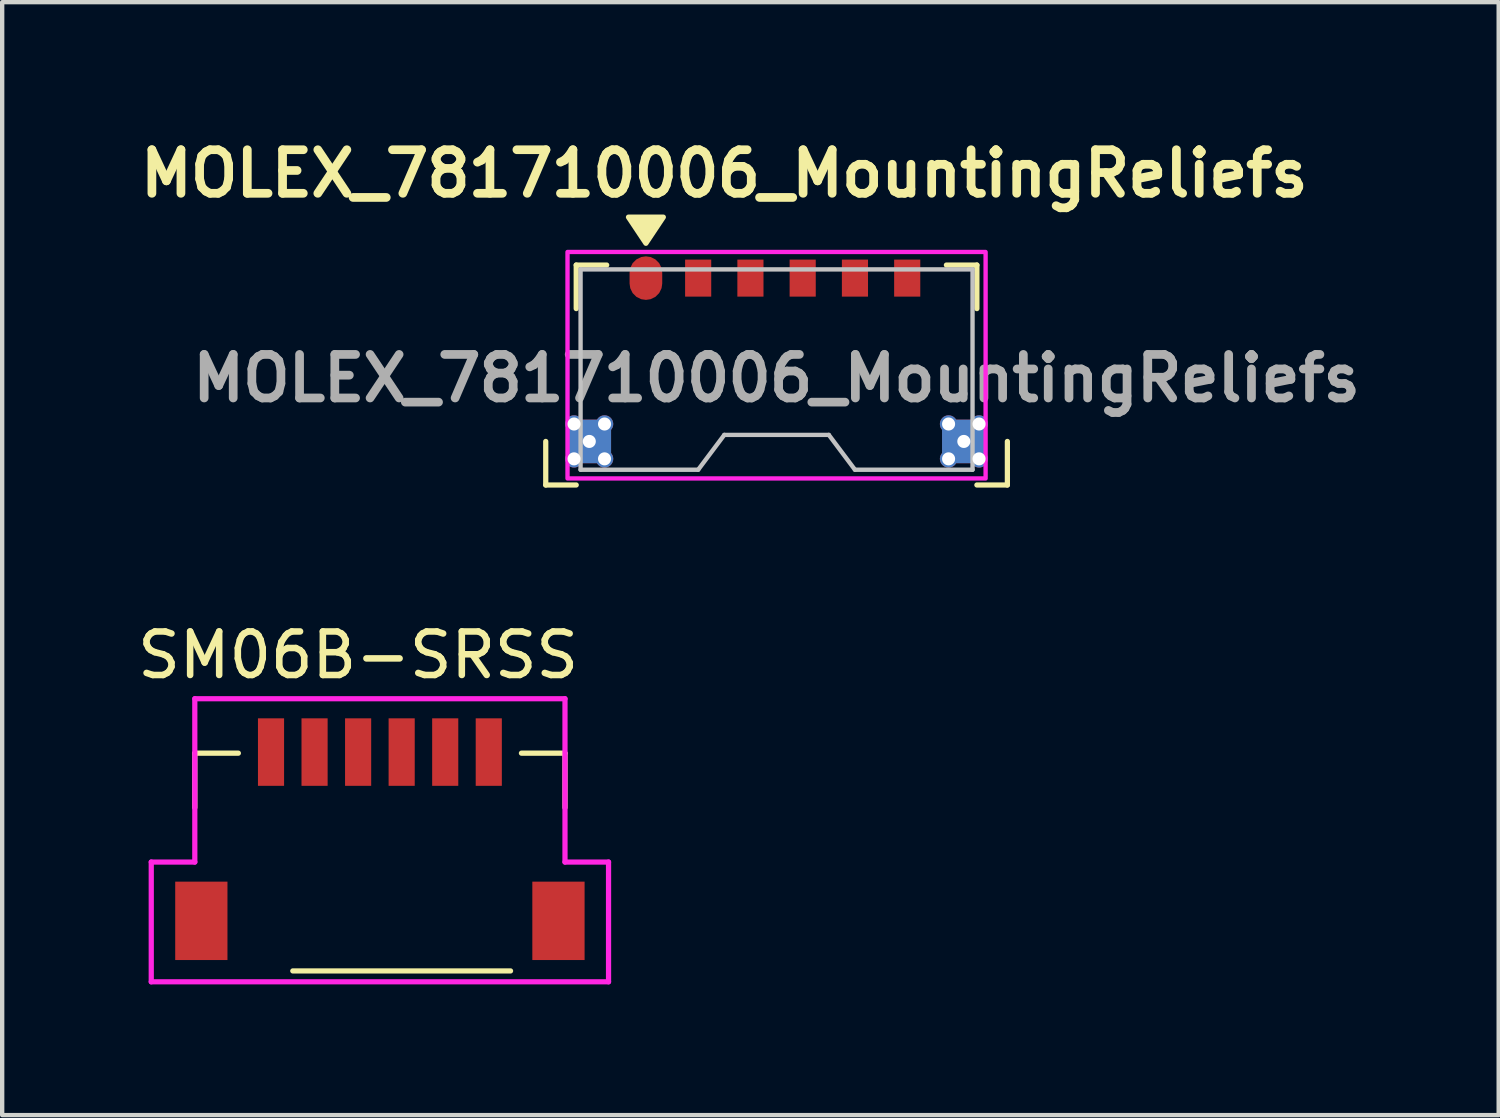
<source format=kicad_pcb>
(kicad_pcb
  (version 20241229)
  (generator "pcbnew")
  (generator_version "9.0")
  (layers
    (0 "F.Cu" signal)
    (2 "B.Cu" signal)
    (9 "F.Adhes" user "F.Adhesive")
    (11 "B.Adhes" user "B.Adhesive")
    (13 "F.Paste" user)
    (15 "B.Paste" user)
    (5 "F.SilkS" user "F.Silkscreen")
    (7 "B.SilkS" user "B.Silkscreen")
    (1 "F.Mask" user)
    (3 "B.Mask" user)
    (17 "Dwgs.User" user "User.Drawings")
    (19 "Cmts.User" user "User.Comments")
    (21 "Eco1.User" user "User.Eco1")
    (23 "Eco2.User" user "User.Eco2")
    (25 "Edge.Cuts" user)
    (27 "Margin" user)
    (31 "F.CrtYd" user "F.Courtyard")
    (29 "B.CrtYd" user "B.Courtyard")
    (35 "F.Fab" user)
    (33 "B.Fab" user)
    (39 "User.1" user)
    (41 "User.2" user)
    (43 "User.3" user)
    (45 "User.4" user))
  (footprint "MOLEX_781710006_MountingReliefs"
    (layer "F.Cu")
    (at 14.781 3.336)
    (property "Reference" "MOLEX_781710006_MountingReliefs" (at -1.2 -2.4 0) (unlocked yes) (layer "F.SilkS") (effects (font (size 1 1) (thickness 0.2))))
    (attr smd)
    (fp_line (start -5.3 4.75) (end -5.3 3.75) (stroke (width 0.12) (type solid)) (layer "F.SilkS"))
    (fp_line (start -5.3 4.75) (end -4.6 4.75) (stroke (width 0.12) (type solid)) (layer "F.SilkS"))
    (fp_line (start -4.6 -0.3) (end -4.6 0.7) (stroke (width 0.12) (type solid)) (layer "F.SilkS"))
    (fp_line (start -4.6 -0.3) (end -3.9 -0.3) (stroke (width 0.12) (type solid)) (layer "F.SilkS"))
    (fp_line (start 3.9 -0.3) (end 4.6 -0.3) (stroke (width 0.12) (type solid)) (layer "F.SilkS"))
    (fp_line (start 4.6 -0.3) (end 4.6 0.7) (stroke (width 0.12) (type solid)) (layer "F.SilkS"))
    (fp_line (start 4.6 4.75) (end 5.3 4.75) (stroke (width 0.12) (type solid)) (layer "F.SilkS"))
    (fp_line (start 5.3 4.75) (end 5.3 3.75) (stroke (width 0.12) (type solid)) (layer "F.SilkS"))
    (fp_poly (pts (xy -3 -0.8) (xy -3.4 -1.4) (xy -2.6 -1.4)) (stroke (width 0.12) (type solid)) (fill yes) (layer "F.SilkS"))
    (fp_rect (start -3.65 3.05) (end -4.95 4.45) (stroke (width 0) (type solid)) (fill yes) (layer "F.Paste"))
    (fp_rect (start 4.95 3.05) (end 3.65 4.45) (stroke (width 0) (type solid)) (fill yes) (layer "F.Paste"))
    (fp_line (start -4.5 -0.2) (end -4.5 4.4) (stroke (width 0.1) (type solid)) (layer "Dwgs.User"))
    (fp_line (start -1.8 4.4) (end -4.5 4.4) (stroke (width 0.1) (type solid)) (layer "Dwgs.User"))
    (fp_line (start -1.8 4.4) (end -1.2 3.6) (stroke (width 0.1) (type solid)) (layer "Dwgs.User"))
    (fp_line (start -1.2 3.6) (end 1.2 3.6) (stroke (width 0.1) (type solid)) (layer "Dwgs.User"))
    (fp_line (start 1.8 4.4) (end 1.2 3.6) (stroke (width 0.1) (type solid)) (layer "Dwgs.User"))
    (fp_line (start 4.5 -0.2) (end -4.5 -0.2) (stroke (width 0.1) (type solid)) (layer "Dwgs.User"))
    (fp_line (start 4.5 4.4) (end 1.8 4.4) (stroke (width 0.1) (type solid)) (layer "Dwgs.User"))
    (fp_line (start 4.5 4.4) (end 4.5 -0.2) (stroke (width 0.1) (type solid)) (layer "Dwgs.User"))
    (fp_rect (start -4.8 -0.6) (end 4.8 4.6) (stroke (width 0.1) (type solid)) (fill no) (layer "F.CrtYd"))
    (fp_text user "${REFERENCE}" (at 0 2.3 0) (unlocked yes) (layer "F.Fab") (effects (font (size 1 1) (thickness 0.2))))
    (pad "1" smd roundrect (at -3 0 90) (size 1 0.75) (layers "F.Cu" "F.Mask" "F.Paste") (roundrect_rratio 0.5))
    (pad "2" smd rect (at -1.8 0 90) (size 0.85 0.6) (layers "F.Cu" "F.Mask" "F.Paste"))
    (pad "3" smd rect (at -0.6 0 90) (size 0.85 0.6) (layers "F.Cu" "F.Mask" "F.Paste"))
    (pad "4" smd rect (at 0.6 0 90) (size 0.85 0.6) (layers "F.Cu" "F.Mask" "F.Paste"))
    (pad "5" smd rect (at 1.8 0 90) (size 0.85 0.6) (layers "F.Cu" "F.Mask" "F.Paste"))
    (pad "6" smd rect (at 3 0 90) (size 0.85 0.6) (layers "F.Cu" "F.Mask" "F.Paste"))
    (pad "MP" thru_hole circle (at -4.65 3.35 90) (size 0.4 0.4) (drill 0.3) (layers "*.Cu" "F.Mask"))
    (pad "MP" thru_hole circle (at -4.65 4.15 90) (size 0.4 0.4) (drill 0.3) (layers "*.Cu" "F.Mask"))
    (pad "MP" thru_hole circle (at -4.3 3.75 90) (size 0.4 0.4) (drill 0.3) (layers "*.Cu" "F.Mask"))
    (pad "MP" smd rect (at -4.3 3.75 90) (size 1 1) (layers "F.Cu" "F.Mask" "F.Paste"))
    (pad "MP" smd rect (at -4.3 3.75 270) (size 1 1) (layers "B.Cu"))
    (pad "MP" thru_hole circle (at -3.95 3.35 90) (size 0.4 0.4) (drill 0.3) (layers "*.Cu" "F.Mask"))
    (pad "MP" thru_hole circle (at -3.95 4.15 90) (size 0.4 0.4) (drill 0.3) (layers "*.Cu" "F.Mask"))
    (pad "MP" thru_hole circle (at 3.95 3.35 90) (size 0.4 0.4) (drill 0.3) (layers "*.Cu" "F.Mask"))
    (pad "MP" thru_hole circle (at 3.95 4.15 90) (size 0.4 0.4) (drill 0.3) (layers "*.Cu" "F.Mask"))
    (pad "MP" thru_hole circle (at 4.3 3.75 90) (size 0.4 0.4) (drill 0.3) (layers "*.Cu" "F.Mask"))
    (pad "MP" smd rect (at 4.3 3.75 90) (size 1 1) (layers "F.Cu" "F.Mask" "F.Paste"))
    (pad "MP" smd rect (at 4.3 3.75 270) (size 1 1) (layers "B.Cu"))
    (pad "MP" thru_hole circle (at 4.65 3.35 90) (size 0.4 0.4) (drill 0.3) (layers "*.Cu" "F.Mask"))
    (pad "MP" thru_hole circle (at 4.65 4.15 90) (size 0.4 0.4) (drill 0.3) (layers "*.Cu" "F.Mask")))
  (footprint "SM06B-SRSS"
    (layer "F.Cu")
    (at 5.673 14.994)
    (property "Reference" "SM06B-SRSS" (at -0.5 -3 0) (layer "F.SilkS") (effects (font (size 1 1) (thickness 0.15))))
    (attr through_hole)
    (fp_line (start -4.25 -0.75) (end -3.25 -0.75) (stroke (width 0.12) (type solid)) (layer "F.SilkS"))
    (fp_line (start -4.25 0.5) (end -4.25 -0.75) (stroke (width 0.12) (type solid)) (layer "F.SilkS"))
    (fp_line (start -2 4.25) (end 3 4.25) (stroke (width 0.12) (type solid)) (layer "F.SilkS"))
    (fp_line (start 4.25 -0.75) (end 3.25 -0.75) (stroke (width 0.12) (type solid)) (layer "F.SilkS"))
    (fp_line (start 4.25 0.5) (end 4.25 -0.75) (stroke (width 0.12) (type solid)) (layer "F.SilkS"))
    (fp_line (start -5.25 1.75) (end -4.25 1.75) (stroke (width 0.12) (type solid)) (layer "F.CrtYd"))
    (fp_line (start -5.25 4.5) (end -5.25 1.75) (stroke (width 0.12) (type solid)) (layer "F.CrtYd"))
    (fp_line (start -4.25 1.75) (end -4.25 -2) (stroke (width 0.12) (type solid)) (layer "F.CrtYd"))
    (fp_line (start 4.25 -2) (end -4.25 -2) (stroke (width 0.12) (type solid)) (layer "F.CrtYd"))
    (fp_line (start 4.25 -2) (end 4.25 1.75) (stroke (width 0.12) (type solid)) (layer "F.CrtYd"))
    (fp_line (start 5.25 1.75) (end 4.25 1.75) (stroke (width 0.12) (type solid)) (layer "F.CrtYd"))
    (fp_line (start 5.25 1.75) (end 5.25 4.5) (stroke (width 0.12) (type solid)) (layer "F.CrtYd"))
    (fp_line (start 5.25 4.5) (end -5.25 4.5) (stroke (width 0.12) (type solid)) (layer "F.CrtYd"))
    (pad "1" smd rect (at -2.5 -0.775) (size 0.6 1.55) (layers "F.Cu" "F.Mask" "F.Paste"))
    (pad "2" smd rect (at -1.5 -0.775) (size 0.6 1.55) (layers "F.Cu" "F.Mask" "F.Paste"))
    (pad "3" smd rect (at -0.5 -0.775) (size 0.6 1.55) (layers "F.Cu" "F.Mask" "F.Paste"))
    (pad "4" smd rect (at 0.5 -0.775) (size 0.6 1.55) (layers "F.Cu" "F.Mask" "F.Paste"))
    (pad "5" smd rect (at 1.5 -0.775) (size 0.6 1.55) (layers "F.Cu" "F.Mask" "F.Paste"))
    (pad "6" smd rect (at 2.5 -0.775) (size 0.6 1.55) (layers "F.Cu" "F.Mask" "F.Paste"))
    (pad "7" smd rect (at -4.1 3.1) (size 1.2 1.8) (layers "F.Cu" "F.Mask" "F.Paste"))
    (pad "7" smd rect (at 4.1 3.1) (size 1.2 1.8) (layers "F.Cu" "F.Mask" "F.Paste")))
  (gr_rect
    (start -3 -3)
    (end 31.362 22.554)
    (stroke (width 0.1) (type default))
    (fill no)
    (layer "Edge.Cuts")))
</source>
